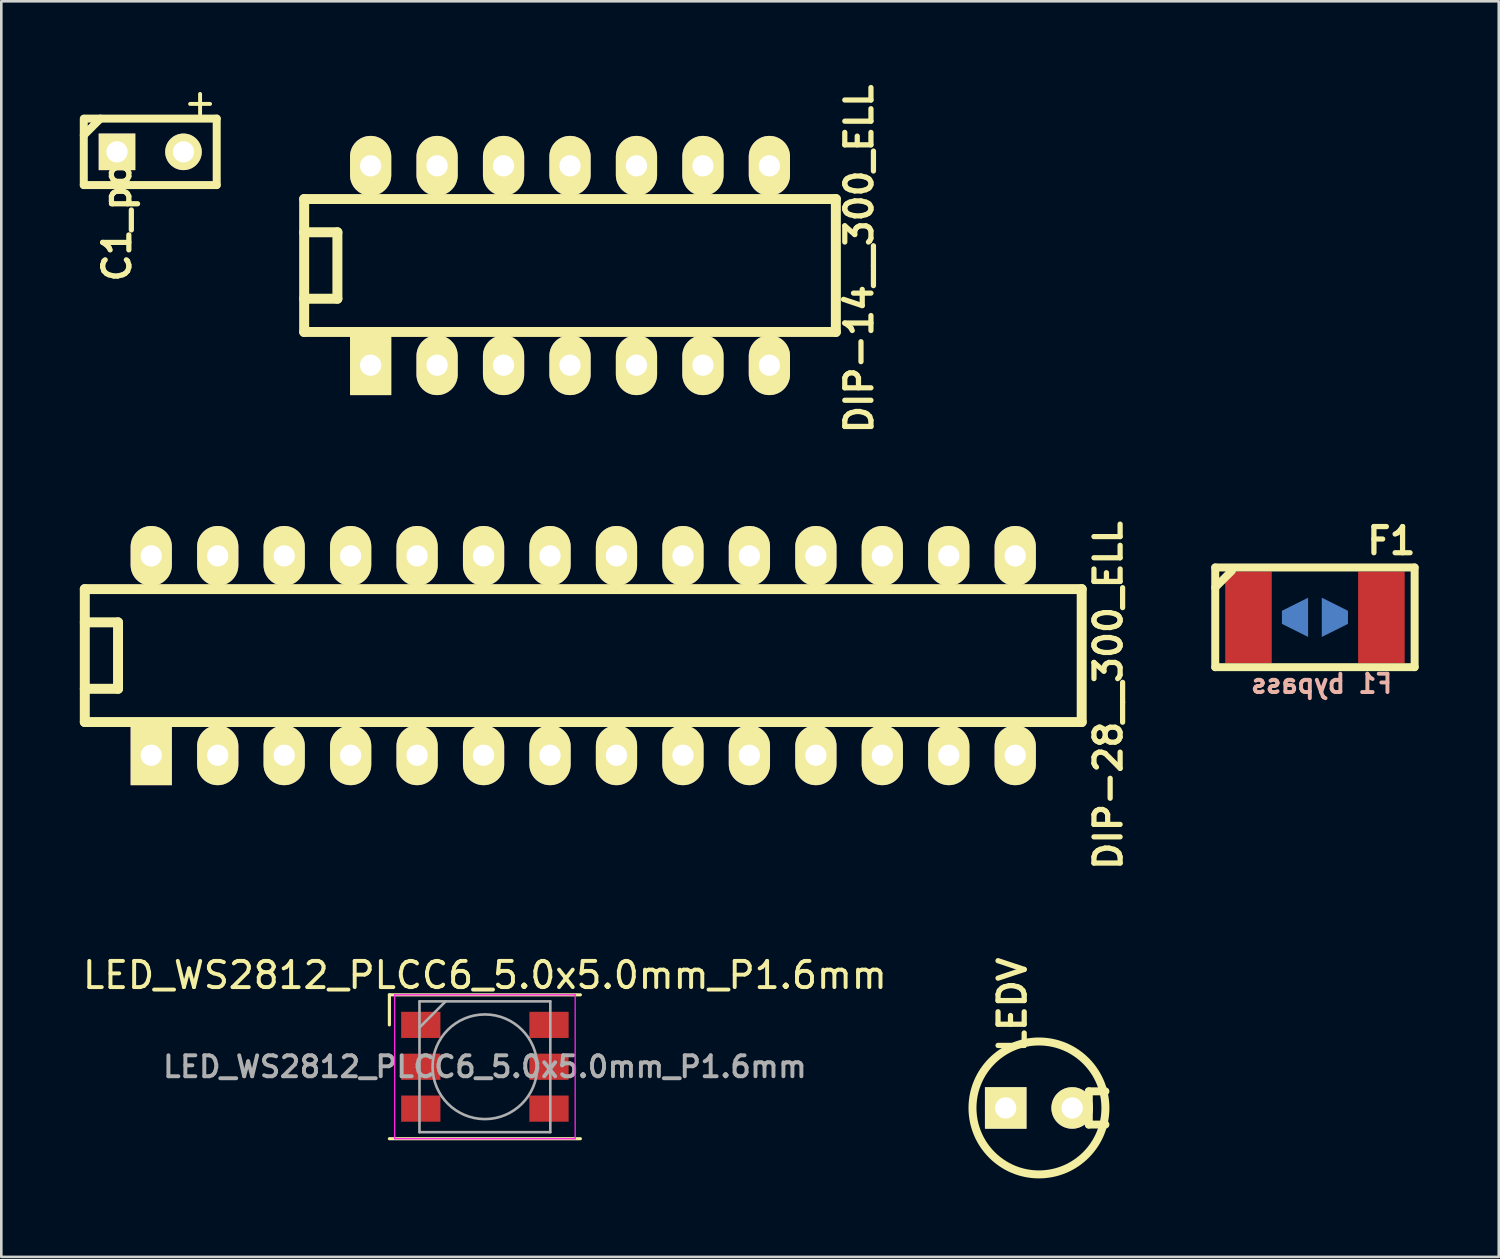
<source format=kicad_pcb>
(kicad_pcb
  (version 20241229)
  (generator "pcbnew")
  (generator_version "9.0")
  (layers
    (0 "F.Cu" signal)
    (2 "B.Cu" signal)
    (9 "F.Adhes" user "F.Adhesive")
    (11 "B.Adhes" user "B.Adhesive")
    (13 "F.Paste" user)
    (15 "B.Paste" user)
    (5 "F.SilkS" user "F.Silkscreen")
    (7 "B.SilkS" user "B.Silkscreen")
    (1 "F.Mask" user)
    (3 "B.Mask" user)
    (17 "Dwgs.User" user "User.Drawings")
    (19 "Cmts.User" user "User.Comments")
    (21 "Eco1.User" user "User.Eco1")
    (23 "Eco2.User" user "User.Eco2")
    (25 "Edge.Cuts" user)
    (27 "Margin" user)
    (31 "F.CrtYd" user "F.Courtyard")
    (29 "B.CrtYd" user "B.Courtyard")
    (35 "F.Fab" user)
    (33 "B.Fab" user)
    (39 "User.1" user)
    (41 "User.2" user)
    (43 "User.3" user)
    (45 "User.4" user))
  (footprint "DIP-28__300_ELL"
    (layer "F.Cu")
    (at 19.241 22.005)
    (property "Reference" "DIP-28__300_ELL" (at 20.066 1.524 90) (layer "F.SilkS") (effects (font (size 1 1) (thickness 0.2))))
    (attr through_hole)
    (fp_line (start -19.05 -2.54) (end 19.05 -2.54) (stroke (width 0.381) (type solid)) (layer "F.SilkS"))
    (fp_line (start -19.05 -1.27) (end -17.78 -1.27) (stroke (width 0.381) (type solid)) (layer "F.SilkS"))
    (fp_line (start -19.05 2.54) (end -19.05 -2.54) (stroke (width 0.381) (type solid)) (layer "F.SilkS"))
    (fp_line (start -17.78 -1.27) (end -17.78 1.27) (stroke (width 0.381) (type solid)) (layer "F.SilkS"))
    (fp_line (start -17.78 1.27) (end -19.05 1.27) (stroke (width 0.381) (type solid)) (layer "F.SilkS"))
    (fp_line (start 19.05 -2.54) (end 19.05 2.54) (stroke (width 0.381) (type solid)) (layer "F.SilkS"))
    (fp_line (start 19.05 2.54) (end -19.05 2.54) (stroke (width 0.381) (type solid)) (layer "F.SilkS"))
    (pad "1" thru_hole rect (at -16.51 3.81) (size 1.575 2.286) (drill 0.813) (layers "*.Cu" "*.Mask" "F.SilkS"))
    (pad "2" thru_hole oval (at -13.97 3.81) (size 1.575 2.286) (drill 0.813) (layers "*.Cu" "*.Mask" "F.SilkS"))
    (pad "3" thru_hole oval (at -11.43 3.81) (size 1.575 2.286) (drill 0.813) (layers "*.Cu" "*.Mask" "F.SilkS"))
    (pad "4" thru_hole oval (at -8.89 3.81) (size 1.575 2.286) (drill 0.813) (layers "*.Cu" "*.Mask" "F.SilkS"))
    (pad "5" thru_hole oval (at -6.35 3.81) (size 1.575 2.286) (drill 0.813) (layers "*.Cu" "*.Mask" "F.SilkS"))
    (pad "6" thru_hole oval (at -3.81 3.81) (size 1.575 2.286) (drill 0.813) (layers "*.Cu" "*.Mask" "F.SilkS"))
    (pad "7" thru_hole oval (at -1.27 3.81) (size 1.575 2.286) (drill 0.813) (layers "*.Cu" "*.Mask" "F.SilkS"))
    (pad "8" thru_hole oval (at 1.27 3.81) (size 1.575 2.286) (drill 0.813) (layers "*.Cu" "*.Mask" "F.SilkS"))
    (pad "9" thru_hole oval (at 3.81 3.81) (size 1.575 2.286) (drill 0.813) (layers "*.Cu" "*.Mask" "F.SilkS"))
    (pad "10" thru_hole oval (at 6.35 3.81) (size 1.575 2.286) (drill 0.813) (layers "*.Cu" "*.Mask" "F.SilkS"))
    (pad "11" thru_hole oval (at 8.89 3.81) (size 1.575 2.286) (drill 0.813) (layers "*.Cu" "*.Mask" "F.SilkS"))
    (pad "12" thru_hole oval (at 11.43 3.81) (size 1.575 2.286) (drill 0.813) (layers "*.Cu" "*.Mask" "F.SilkS"))
    (pad "13" thru_hole oval (at 13.97 3.81) (size 1.575 2.286) (drill 0.813) (layers "*.Cu" "*.Mask" "F.SilkS"))
    (pad "14" thru_hole oval (at 16.51 3.81) (size 1.575 2.286) (drill 0.813) (layers "*.Cu" "*.Mask" "F.SilkS"))
    (pad "15" thru_hole oval (at 16.51 -3.81) (size 1.575 2.286) (drill 0.813) (layers "*.Cu" "*.Mask" "F.SilkS"))
    (pad "16" thru_hole oval (at 13.97 -3.81) (size 1.575 2.286) (drill 0.813) (layers "*.Cu" "*.Mask" "F.SilkS"))
    (pad "17" thru_hole oval (at 11.43 -3.81) (size 1.575 2.286) (drill 0.813) (layers "*.Cu" "*.Mask" "F.SilkS"))
    (pad "18" thru_hole oval (at 8.89 -3.81) (size 1.575 2.286) (drill 0.813) (layers "*.Cu" "*.Mask" "F.SilkS"))
    (pad "19" thru_hole oval (at 6.35 -3.81) (size 1.575 2.286) (drill 0.813) (layers "*.Cu" "*.Mask" "F.SilkS"))
    (pad "20" thru_hole oval (at 3.81 -3.81) (size 1.575 2.286) (drill 0.813) (layers "*.Cu" "*.Mask" "F.SilkS"))
    (pad "21" thru_hole oval (at 1.27 -3.81) (size 1.575 2.286) (drill 0.813) (layers "*.Cu" "*.Mask" "F.SilkS"))
    (pad "22" thru_hole oval (at -1.27 -3.81) (size 1.575 2.286) (drill 0.813) (layers "*.Cu" "*.Mask" "F.SilkS"))
    (pad "23" thru_hole oval (at -3.81 -3.81) (size 1.575 2.286) (drill 0.813) (layers "*.Cu" "*.Mask" "F.SilkS"))
    (pad "24" thru_hole oval (at -6.35 -3.81) (size 1.575 2.286) (drill 0.813) (layers "*.Cu" "*.Mask" "F.SilkS"))
    (pad "25" thru_hole oval (at -8.89 -3.81) (size 1.575 2.286) (drill 0.813) (layers "*.Cu" "*.Mask" "F.SilkS"))
    (pad "26" thru_hole oval (at -11.43 -3.81) (size 1.575 2.286) (drill 0.813) (layers "*.Cu" "*.Mask" "F.SilkS"))
    (pad "27" thru_hole oval (at -13.97 -3.81) (size 1.575 2.286) (drill 0.813) (layers "*.Cu" "*.Mask" "F.SilkS"))
    (pad "28" thru_hole oval (at -16.51 -3.81) (size 1.575 2.286) (drill 0.813) (layers "*.Cu" "*.Mask" "F.SilkS")))
  (footprint "C1_pol"
    (layer "F.Cu")
    (at 2.692 2.753)
    (property "Reference" "C1_pol" (at -1.27 2.413 90) (layer "F.SilkS") (effects (font (size 1 1) (thickness 0.2))))
    (attr through_hole)
    (fp_line (start -2.54 -0.635) (end -1.905 -1.27) (stroke (width 0.305) (type solid)) (layer "F.SilkS"))
    (fp_line (start -2.54 1.27) (end -2.54 -1.27) (stroke (width 0.305) (type solid)) (layer "F.SilkS"))
    (fp_line (start -2.489 -1.27) (end 2.54 -1.27) (stroke (width 0.305) (type solid)) (layer "F.SilkS"))
    (fp_line (start 2.54 -1.27) (end 2.54 1.27) (stroke (width 0.305) (type solid)) (layer "F.SilkS"))
    (fp_line (start 2.54 1.27) (end -2.54 1.27) (stroke (width 0.305) (type solid)) (layer "F.SilkS"))
    (fp_text user "+" (at 1.905 -1.905 0) (layer "F.SilkS") (effects (font (size 1 1) (thickness 0.15))))
    (pad "1" thru_hole rect (at -1.27 0) (size 1.397 1.397) (drill 0.813) (layers "*.Cu" "*.Mask" "F.SilkS"))
    (pad "2" thru_hole circle (at 1.27 0) (size 1.397 1.397) (drill 0.813) (layers "*.Cu" "*.Mask" "F.SilkS")))
  (footprint "DIP-14__300_ELL"
    (layer "F.Cu")
    (at 18.735 7.097)
    (property "Reference" "DIP-14__300_ELL" (at 11.049 -0.254 90) (layer "F.SilkS") (effects (font (size 1 1) (thickness 0.2))))
    (attr through_hole)
    (fp_line (start -10.16 -2.54) (end 10.16 -2.54) (stroke (width 0.381) (type solid)) (layer "F.SilkS"))
    (fp_line (start -10.16 -1.27) (end -8.89 -1.27) (stroke (width 0.381) (type solid)) (layer "F.SilkS"))
    (fp_line (start -10.16 2.54) (end -10.16 -2.54) (stroke (width 0.381) (type solid)) (layer "F.SilkS"))
    (fp_line (start -8.89 -1.27) (end -8.89 1.27) (stroke (width 0.381) (type solid)) (layer "F.SilkS"))
    (fp_line (start -8.89 1.27) (end -10.16 1.27) (stroke (width 0.381) (type solid)) (layer "F.SilkS"))
    (fp_line (start 10.16 -2.54) (end 10.16 2.54) (stroke (width 0.381) (type solid)) (layer "F.SilkS"))
    (fp_line (start 10.16 2.54) (end -10.16 2.54) (stroke (width 0.381) (type solid)) (layer "F.SilkS"))
    (pad "1" thru_hole rect (at -7.62 3.81) (size 1.575 2.286) (drill 0.813) (layers "*.Cu" "*.Mask" "F.SilkS"))
    (pad "2" thru_hole oval (at -5.08 3.81) (size 1.575 2.286) (drill 0.813) (layers "*.Cu" "*.Mask" "F.SilkS"))
    (pad "3" thru_hole oval (at -2.54 3.81) (size 1.575 2.286) (drill 0.813) (layers "*.Cu" "*.Mask" "F.SilkS"))
    (pad "4" thru_hole oval (at 0 3.81) (size 1.575 2.286) (drill 0.813) (layers "*.Cu" "*.Mask" "F.SilkS"))
    (pad "5" thru_hole oval (at 2.54 3.81) (size 1.575 2.286) (drill 0.813) (layers "*.Cu" "*.Mask" "F.SilkS"))
    (pad "6" thru_hole oval (at 5.08 3.81) (size 1.575 2.286) (drill 0.813) (layers "*.Cu" "*.Mask" "F.SilkS"))
    (pad "7" thru_hole oval (at 7.62 3.81) (size 1.575 2.286) (drill 0.813) (layers "*.Cu" "*.Mask" "F.SilkS"))
    (pad "8" thru_hole oval (at 7.62 -3.81) (size 1.575 2.286) (drill 0.813) (layers "*.Cu" "*.Mask" "F.SilkS"))
    (pad "9" thru_hole oval (at 5.08 -3.81) (size 1.575 2.286) (drill 0.813) (layers "*.Cu" "*.Mask" "F.SilkS"))
    (pad "10" thru_hole oval (at 2.54 -3.81) (size 1.575 2.286) (drill 0.813) (layers "*.Cu" "*.Mask" "F.SilkS"))
    (pad "11" thru_hole oval (at 0 -3.81) (size 1.575 2.286) (drill 0.813) (layers "*.Cu" "*.Mask" "F.SilkS"))
    (pad "12" thru_hole oval (at -2.54 -3.81) (size 1.575 2.286) (drill 0.813) (layers "*.Cu" "*.Mask" "F.SilkS"))
    (pad "13" thru_hole oval (at -5.08 -3.81) (size 1.575 2.286) (drill 0.813) (layers "*.Cu" "*.Mask" "F.SilkS"))
    (pad "14" thru_hole oval (at -7.62 -3.81) (size 1.575 2.286) (drill 0.813) (layers "*.Cu" "*.Mask" "F.SilkS")))
  (footprint "F1"
    (layer "F.Cu")
    (at 47.205 20.543)
    (property "Reference" "F1" (at 2.921 -2.921 0) (layer "F.SilkS") (effects (font (size 1 1) (thickness 0.2))))
    (attr through_hole)
    (fp_line (start -3.81 -1.905) (end 3.81 -1.905) (stroke (width 0.305) (type solid)) (layer "F.SilkS"))
    (fp_line (start -3.81 -1.143) (end -3.175 -1.778) (stroke (width 0.305) (type solid)) (layer "F.SilkS"))
    (fp_line (start -3.81 1.905) (end -3.81 -1.905) (stroke (width 0.305) (type solid)) (layer "F.SilkS"))
    (fp_line (start 3.81 -1.905) (end 3.81 1.905) (stroke (width 0.305) (type solid)) (layer "F.SilkS"))
    (fp_line (start 3.81 1.905) (end -3.81 1.905) (stroke (width 0.305) (type solid)) (layer "F.SilkS"))
    (fp_text user "F1 bypass" (at 0.254 2.54 0) (layer "B.SilkS") (effects (font (size 0.7 0.7) (thickness 0.15)) (justify mirror)))
    (pad "1" smd rect (at -2.54 0) (size 1.78 3.5) (layers "F.Cu" "F.Mask" "F.Paste"))
    (pad "1" smd trapezoid (at -0.762 0) (size 1 1) (rect_delta -0.5 0) (layers "B.Cu" "B.Mask" "B.Paste"))
    (pad "2" smd trapezoid (at 0.762 0) (size 1 1) (rect_delta 0.5 0) (layers "B.Cu" "B.Mask" "B.Paste"))
    (pad "2" smd rect (at 2.54 0) (size 1.78 3.5) (layers "F.Cu" "F.Mask" "F.Paste")))
  (footprint "LED_WS2812_PLCC6_5.0x5.0mm_P1.6mm"
    (layer "F.Cu")
    (at 15.482 37.72)
    (property "Reference" "LED_WS2812_PLCC6_5.0x5.0mm_P1.6mm" (at 0 -3.5 0) (layer "F.SilkS") (effects (font (size 1 1) (thickness 0.15))))
    (attr smd)
    (fp_line (start -3.65 -2.75) (end 3.65 -2.75) (stroke (width 0.12) (type solid)) (layer "F.SilkS"))
    (fp_line (start -3.65 -1.6) (end -3.65 -2.75) (stroke (width 0.12) (type solid)) (layer "F.SilkS"))
    (fp_line (start -3.65 2.75) (end 3.65 2.75) (stroke (width 0.12) (type solid)) (layer "F.SilkS"))
    (fp_line (start -3.45 -2.75) (end -3.45 2.75) (stroke (width 0.05) (type solid)) (layer "F.CrtYd"))
    (fp_line (start -3.45 2.75) (end 3.45 2.75) (stroke (width 0.05) (type solid)) (layer "F.CrtYd"))
    (fp_line (start 3.45 -2.75) (end -3.45 -2.75) (stroke (width 0.05) (type solid)) (layer "F.CrtYd"))
    (fp_line (start 3.45 2.75) (end 3.45 -2.75) (stroke (width 0.05) (type solid)) (layer "F.CrtYd"))
    (fp_line (start -2.5 -2.5) (end 2.5 -2.5) (stroke (width 0.1) (type solid)) (layer "F.Fab"))
    (fp_line (start -2.5 -1.5) (end -1.5 -2.5) (stroke (width 0.1) (type solid)) (layer "F.Fab"))
    (fp_line (start -2.5 2.5) (end -2.5 -2.5) (stroke (width 0.1) (type solid)) (layer "F.Fab"))
    (fp_line (start 2.5 -2.5) (end 2.5 2.5) (stroke (width 0.1) (type solid)) (layer "F.Fab"))
    (fp_line (start 2.5 2.5) (end -2.5 2.5) (stroke (width 0.1) (type solid)) (layer "F.Fab"))
    (fp_circle (center 0 0) (end 0 -2) (stroke (width 0.1) (type solid)) (fill no) (layer "F.Fab"))
    (fp_text user "${REFERENCE}" (at 0 0 0) (layer "F.Fab") (effects (font (size 0.8 0.8) (thickness 0.15))))
    (pad "1" smd rect (at -2.45 -1.6) (size 1.5 1) (layers "F.Cu" "F.Mask" "F.Paste"))
    (pad "2" smd rect (at -2.45 0) (size 1.5 1) (layers "F.Cu" "F.Mask" "F.Paste"))
    (pad "3" smd rect (at -2.45 1.6) (size 1.5 1) (layers "F.Cu" "F.Mask" "F.Paste"))
    (pad "4" smd rect (at 2.45 1.6) (size 1.5 1) (layers "F.Cu" "F.Mask" "F.Paste"))
    (pad "5" smd rect (at 2.45 0) (size 1.5 1) (layers "F.Cu" "F.Mask" "F.Paste"))
    (pad "6" smd rect (at 2.45 -1.6) (size 1.5 1) (layers "F.Cu" "F.Mask" "F.Paste")))
  (footprint "LEDV"
    (layer "F.Cu")
    (at 36.657 39.294)
    (property "Reference" "LEDV" (at -1.016 -3.937 90) (layer "F.SilkS") (effects (font (size 1 1) (thickness 0.2))))
    (attr through_hole)
    (fp_line (start 1.905 -0.635) (end 1.905 0.635) (stroke (width 0.305) (type solid)) (layer "F.SilkS"))
    (fp_line (start 1.905 0.635) (end 2.54 0.635) (stroke (width 0.305) (type solid)) (layer "F.SilkS"))
    (fp_line (start 2.54 -0.635) (end 1.905 -0.635) (stroke (width 0.305) (type solid)) (layer "F.SilkS"))
    (fp_circle (center 0 0) (end -2.54 0) (stroke (width 0.305) (type solid)) (fill no) (layer "F.SilkS"))
    (pad "1" thru_hole rect (at -1.27 0) (size 1.588 1.588) (drill 0.813) (layers "*.Cu" "*.Mask" "F.SilkS"))
    (pad "2" thru_hole circle (at 1.27 0) (size 1.588 1.588) (drill 0.813) (layers "*.Cu" "*.Mask" "F.SilkS")))
  (gr_rect
    (start -3 -3)
    (end 54.231 44.987)
    (stroke (width 0.1) (type default))
    (fill no)
    (layer "Edge.Cuts")))
</source>
